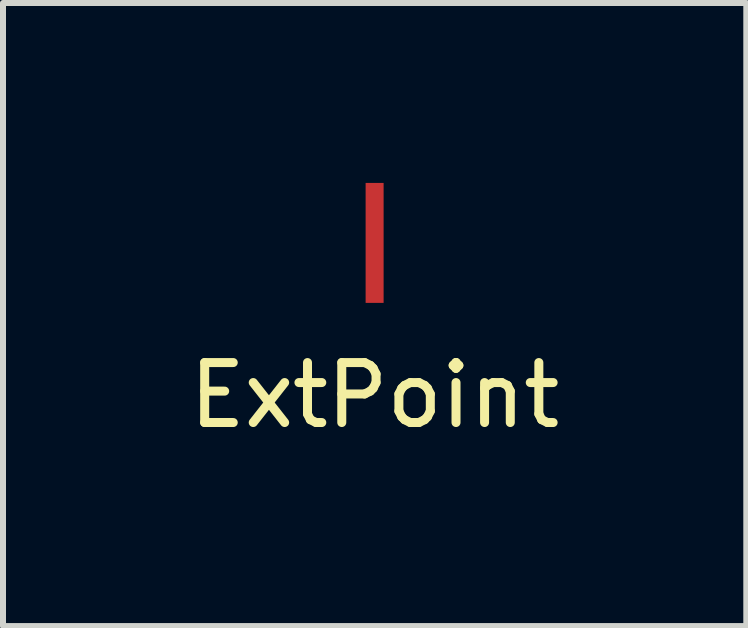
<source format=kicad_pcb>
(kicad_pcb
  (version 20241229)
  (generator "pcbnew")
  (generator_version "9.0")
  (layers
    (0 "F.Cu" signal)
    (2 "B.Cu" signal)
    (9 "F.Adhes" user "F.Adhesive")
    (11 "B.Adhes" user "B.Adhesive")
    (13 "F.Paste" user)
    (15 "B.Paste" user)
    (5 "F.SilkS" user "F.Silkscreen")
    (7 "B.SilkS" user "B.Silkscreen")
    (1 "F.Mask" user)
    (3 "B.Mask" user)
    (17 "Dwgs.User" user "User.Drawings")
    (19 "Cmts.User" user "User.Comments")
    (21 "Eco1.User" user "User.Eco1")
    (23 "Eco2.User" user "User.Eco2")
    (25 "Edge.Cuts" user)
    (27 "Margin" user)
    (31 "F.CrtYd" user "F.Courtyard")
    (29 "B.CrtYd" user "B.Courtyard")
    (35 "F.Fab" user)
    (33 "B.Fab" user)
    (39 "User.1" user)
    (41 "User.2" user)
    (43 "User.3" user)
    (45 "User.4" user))
  (footprint "ExtPoint"
    (layer "F.Cu")
    (at 3.196 1)
    (property "Reference" "ExtPoint" (at 0 2.54 0) (layer "F.SilkS") (effects (font (size 1 1) (thickness 0.15))))
    (attr through_hole)
    (pad "1" smd rect (at 0 0) (size 0.3 2) (layers "F.Cu" "F.Mask" "F.Paste")))
  (gr_rect
    (start -3 -3)
    (end 9.393 7.388)
    (stroke (width 0.1) (type default))
    (fill no)
    (layer "Edge.Cuts")))
</source>
